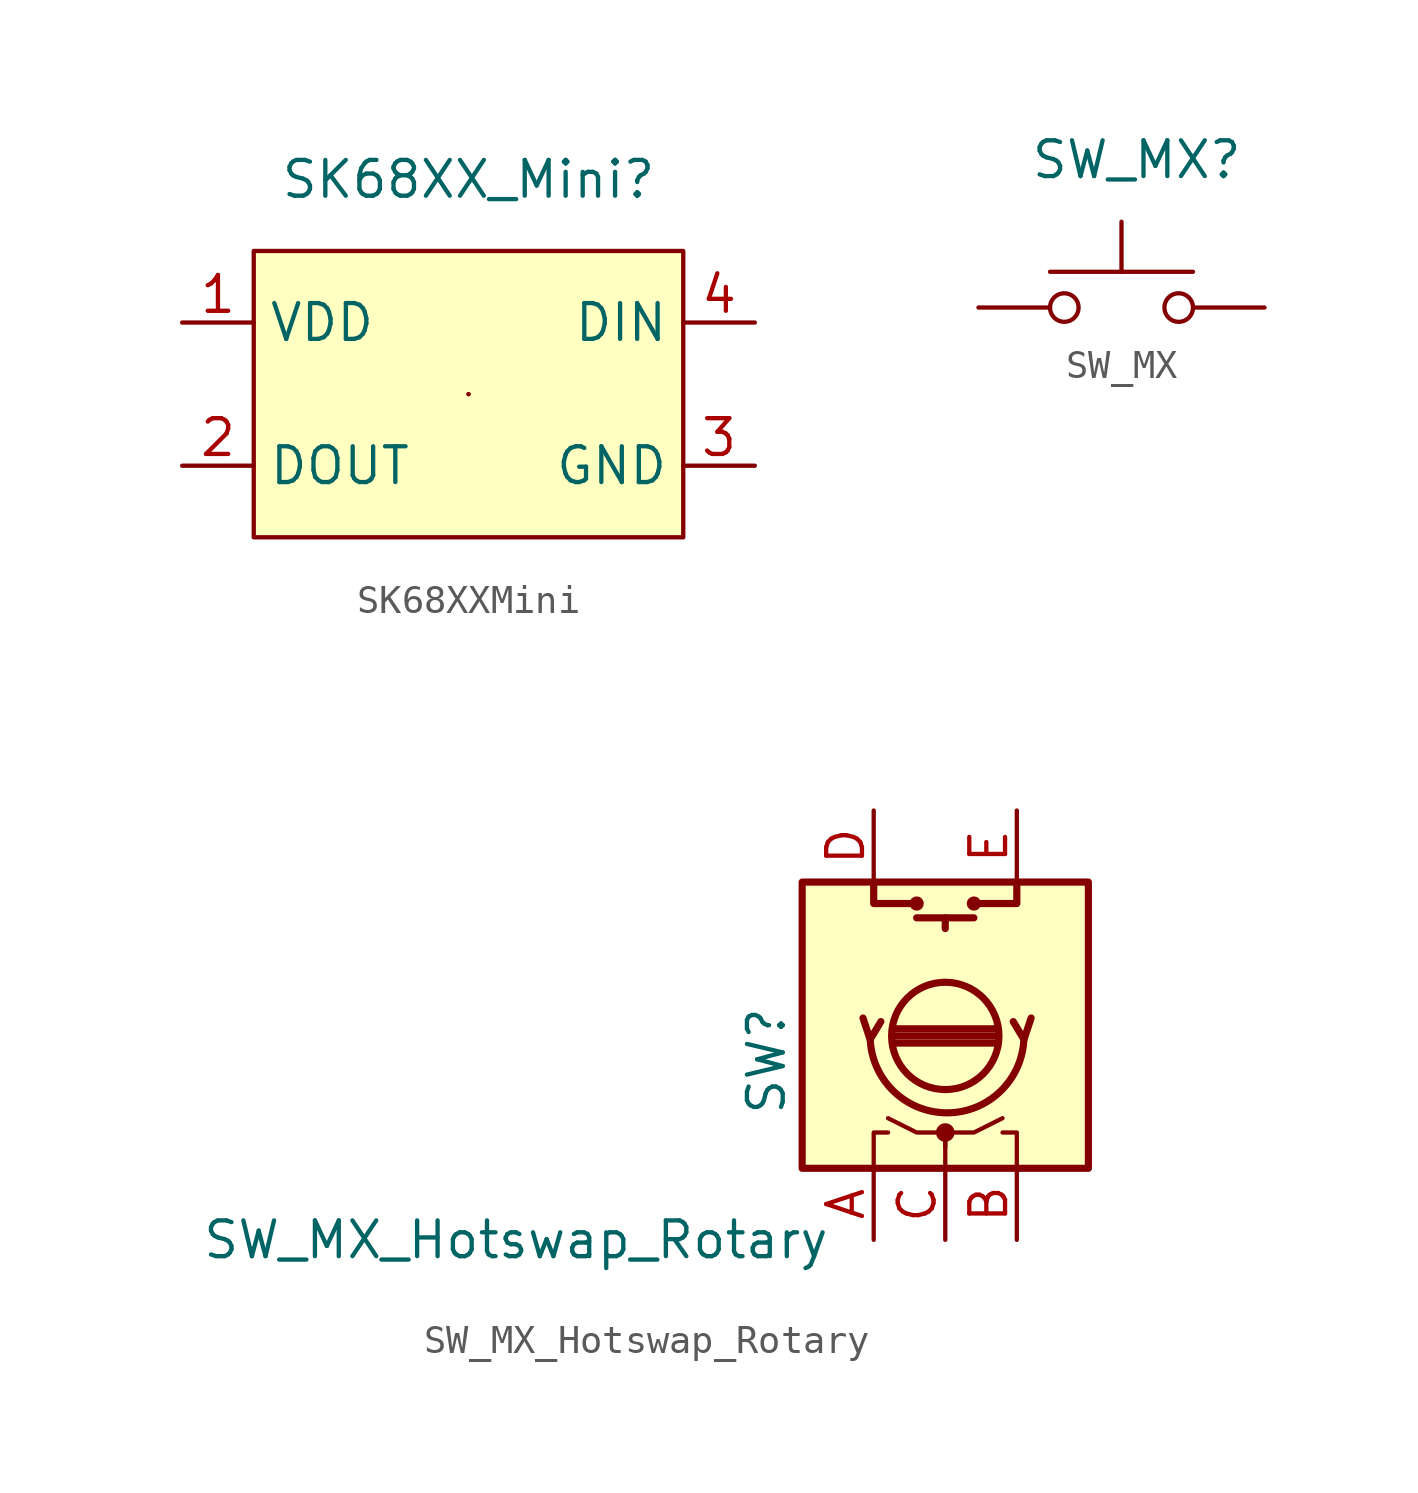
<source format=kicad_sym>
(kicad_symbol_lib
  (version 20220914)
  (generator kicad_symbol_editor)
  (symbol "SK68XXMini"
    (property "Reference" "SK68XX_Mini"
      (at 0 7.62 0)
      (effects (font (size 1.27 1.27))))
    (symbol "SK68XXMini_0_1"
      (rectangle (start -7.62 5.08) (end 7.62 -5.08) (stroke (width 0) (type default)) (fill (type background)))
      (rectangle (start 0 0) (end 0 0) (stroke (width 0) (type default)) (fill (type none)))
      (rectangle (start 0 0) (end 0 0) (stroke (width 0) (type default)) (fill (type none))))
    (symbol "SK68XXMini_1_1"
      (pin power_in line (at -10.16 2.54 0) (length 2.54) (name "VDD" (effects (font (size 1.27 1.27)))) (number "1" (effects (font (size 1.27 1.27)))))
      (pin output line (at -10.16 -2.54 0) (length 2.54) (name "DOUT" (effects (font (size 1.27 1.27)))) (number "2" (effects (font (size 1.27 1.27)))))
      (pin passive line (at 10.16 -2.54 180) (length 2.54) (name "GND" (effects (font (size 1.27 1.27)))) (number "3" (effects (font (size 1.27 1.27)))))
      (pin input line (at 10.16 2.54 180) (length 2.54) (name "DIN" (effects (font (size 1.27 1.27)))) (number "4" (effects (font (size 1.27 1.27)))))))
  (symbol "SW_MX"
    (pin_numbers hide)
    (pin_names
      (offset 1.016) hide)
    (property "Reference" "SW_MX"
      (at -3.25 5.25 0)
      (effects (font (size 1.27 1.27)) (justify left)))
    (symbol "SW_MX_0_1"
      (circle (center -2.032 0) (radius 0.508) (stroke (width 0) (type default)) (fill (type none)))
      (polyline (pts (xy 0 1.27) (xy 0 3.048)) (stroke (width 0) (type default)) (fill (type none)))
      (polyline (pts (xy 2.54 1.27) (xy -2.54 1.27)) (stroke (width 0) (type default)) (fill (type none)))
      (circle (center 2.032 0) (radius 0.508) (stroke (width 0) (type default)) (fill (type none)))
      (pin passive line (at -5.08 0 0) (length 2.54) (name "1" (effects (font (size 1.27 1.27)))) (number "1" (effects (font (size 1.27 1.27)))))
      (pin passive line (at 5.08 0 180) (length 2.54) (name "2" (effects (font (size 1.27 1.27)))) (number "2" (effects (font (size 1.27 1.27)))))))
  (symbol "SW_MX_Hotswap_Rotary"
    (pin_names
      (offset 0.254) hide)
    (property "Reference" "SW"
      (at -6.35 -1.27 90)
      (effects (font (size 1.27 1.27))))
    (property "Value" "SW_MX_Hotswap_Rotary"
      (at -15.24 -7.62 0)
      (effects (font (size 1.27 1.27))))
    (symbol "SW_MX_Hotswap_Rotary_0_1"
      (rectangle (start -5.08 -5.08) (end 5.08 5.08) (stroke (width 0.254) (type default)) (fill (type background)))
      (arc (start -2.667 -0.381) (mid 0.0635 -3.0988) (end 2.794 -0.381) (stroke (width 0.254) (type default)) (fill (type none)))
      (circle (center -1.016 4.318) (radius 0.127) (stroke (width 0.254) (type default)) (fill (type none)))
      (circle (center 0 -3.81) (radius 0.254) (stroke (width 0) (type default)) (fill (type outline)))
      (circle (center 0 -0.381) (radius 1.905) (stroke (width 0.254) (type default)) (fill (type none)))
      (polyline (pts (xy -1.778 -0.127) (xy 1.778 -0.127)) (stroke (width 0.254) (type default)) (fill (type none)))
      (polyline (pts (xy -1.016 3.81) (xy 1.016 3.81)) (stroke (width 0.254) (type default)) (fill (type none)))
      (polyline (pts (xy 0 3.81) (xy 0 3.429)) (stroke (width 0.254) (type default)) (fill (type none)))
      (polyline (pts (xy 1.778 -0.635) (xy -1.778 -0.635)) (stroke (width 0.254) (type default)) (fill (type none)))
      (polyline (pts (xy 1.778 -0.381) (xy -1.778 -0.381)) (stroke (width 0.254) (type default)) (fill (type none)))
      (polyline (pts (xy -2.921 0.254) (xy -2.667 -0.508) (xy -2.286 0.127)) (stroke (width 0.254) (type default)) (fill (type none)))
      (polyline (pts (xy -2.54 -5.08) (xy -2.54 -3.81) (xy -2.032 -3.81)) (stroke (width 0) (type default)) (fill (type none)))
      (polyline (pts (xy -2.54 5.08) (xy -2.54 4.318) (xy -1.016 4.318)) (stroke (width 0.254) (type default)) (fill (type none)))
      (polyline (pts (xy 2.54 -5.08) (xy 2.54 -3.81) (xy 2.032 -3.81)) (stroke (width 0) (type default)) (fill (type none)))
      (polyline (pts (xy 2.54 5.08) (xy 2.54 4.318) (xy 1.016 4.318)) (stroke (width 0.254) (type default)) (fill (type none)))
      (polyline (pts (xy 3.048 0.254) (xy 2.794 -0.508) (xy 2.413 0.127)) (stroke (width 0.254) (type default)) (fill (type none)))
      (polyline (pts (xy 0 -5.08) (xy 0 -3.81) (xy 1.016 -3.81) (xy 2.032 -3.302)) (stroke (width 0) (type default)) (fill (type none)))
      (polyline (pts (xy 0 -4.318) (xy 0 -3.81) (xy -1.016 -3.81) (xy -2.032 -3.302)) (stroke (width 0) (type default)) (fill (type none)))
      (circle (center 1.016 4.318) (radius 0.127) (stroke (width 0.254) (type default)) (fill (type none))))
    (symbol "SW_MX_Hotswap_Rotary_1_1"
      (pin passive line (at -2.54 7.62 270) (length 2.54) hide (name "SW" (effects (font (size 1.27 1.27)))) (number "1" (effects (font (size 1.27 1.27)))))
      (pin passive line (at 2.54 7.62 270) (length 2.54) hide (name "SW" (effects (font (size 1.27 1.27)))) (number "2" (effects (font (size 1.27 1.27)))))
      (pin passive line (at -2.54 -7.62 90) (length 2.54) (name "A" (effects (font (size 1.27 1.27)))) (number "A" (effects (font (size 1.27 1.27)))))
      (pin passive line (at 2.54 -7.62 90) (length 2.54) (name "B" (effects (font (size 1.27 1.27)))) (number "B" (effects (font (size 1.27 1.27)))))
      (pin passive line (at 0 -7.62 90) (length 2.54) (name "C" (effects (font (size 1.27 1.27)))) (number "C" (effects (font (size 1.27 1.27)))))
      (pin passive line (at -2.54 7.62 270) (length 2.54) (name "S1" (effects (font (size 1.27 1.27)))) (number "D" (effects (font (size 1.27 1.27)))))
      (pin passive line (at 2.54 7.62 270) (length 2.54) (name "S2" (effects (font (size 1.27 1.27)))) (number "E" (effects (font (size 1.27 1.27))))))))
</source>
